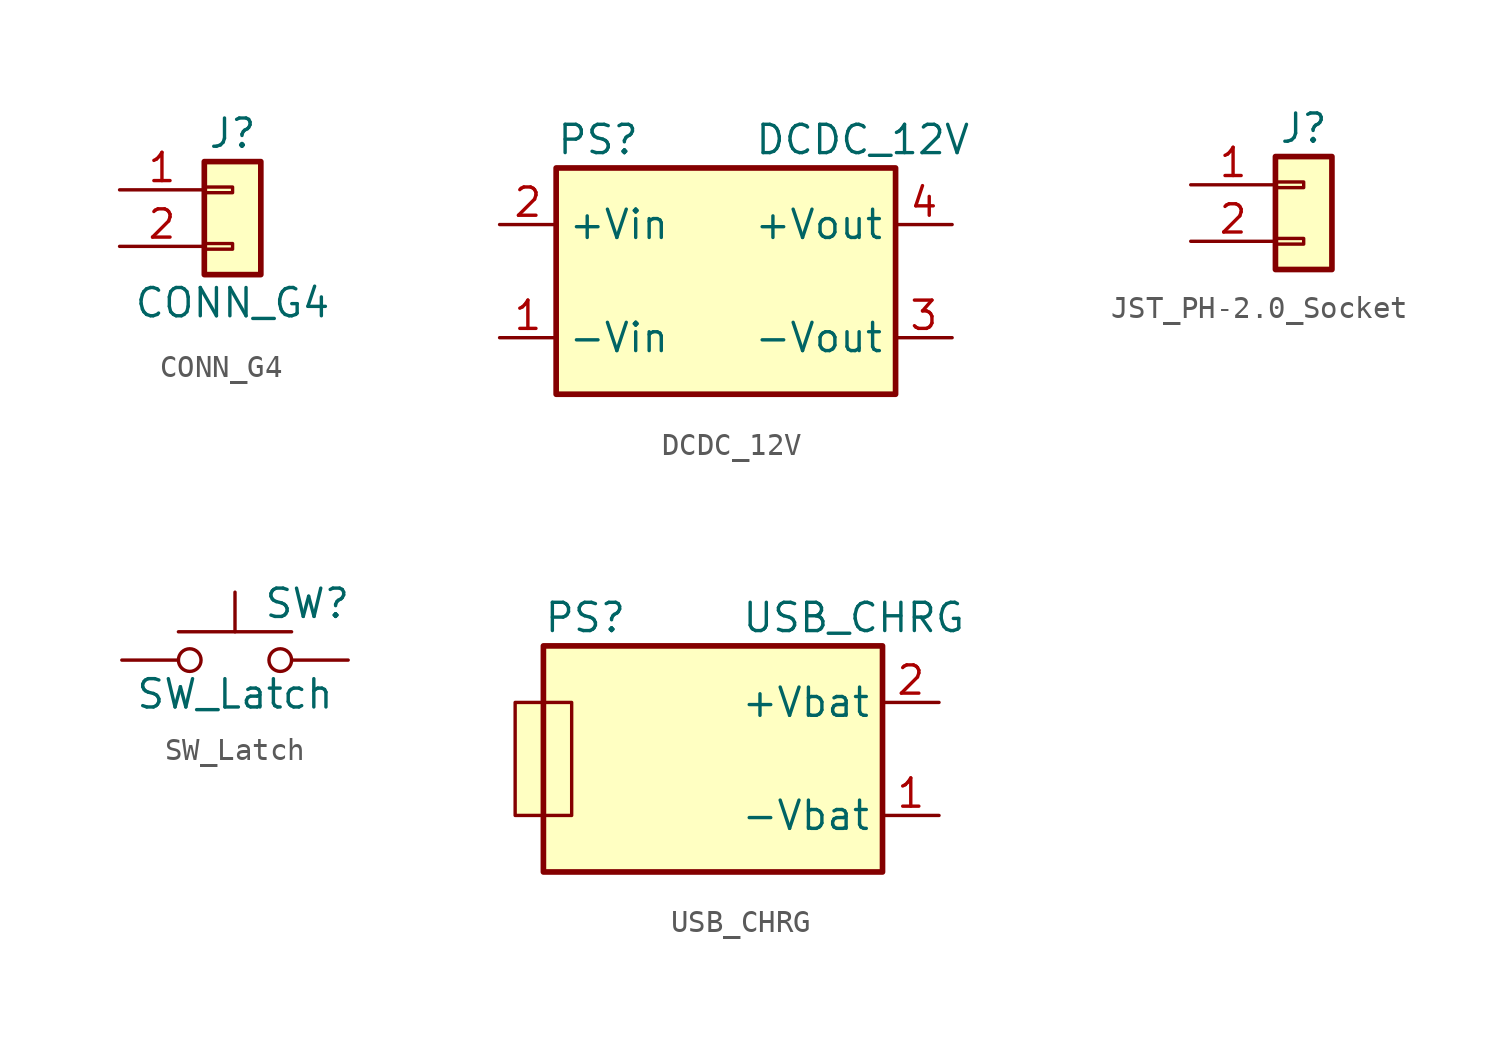
<source format=kicad_sym>
(kicad_symbol_lib
  (version 20241209)
  (generator "kicad_symbol_editor")
  (generator_version "9.0")
  (symbol "CONN_G4"
    (pin_names
      (offset 1.016)
      (hide yes))
    (property "Reference" "J"
      (at 0 2.54 0)
      (effects (font (size 1.27 1.27))))
    (property "Value" "CONN_G4"
      (at 0 -5.08 0)
      (effects (font (size 1.27 1.27))))
    (symbol "CONN_G4_1_1"
      (rectangle (start -1.27 1.27) (end 1.27 -3.81) (stroke (width 0.254) (type default)) (fill (type background)))
      (rectangle (start -1.27 0.127) (end 0 -0.127) (stroke (width 0.152) (type default)) (fill (type none)))
      (rectangle (start -1.27 -2.413) (end 0 -2.667) (stroke (width 0.152) (type default)) (fill (type none)))
      (pin power_in line (at -5.08 0 0) (length 3.81) (name "Pin_1" (effects (font (size 1.27 1.27)))) (number "1" (effects (font (size 1.27 1.27)))))
      (pin power_in line (at -5.08 -2.54 0) (length 3.81) (name "Pin_2" (effects (font (size 1.27 1.27)))) (number "2" (effects (font (size 1.27 1.27)))))))
  (symbol "DCDC_12V"
    (property "Reference" "PS"
      (at -7.62 6.35 0)
      (effects (font (size 1.27 1.27)) (justify left)))
    (property "Value" "DCDC_12V"
      (at 1.27 6.35 0)
      (effects (font (size 1.27 1.27)) (justify left)))
    (symbol "DCDC_12V_0_0"
      (pin power_in line (at -10.16 2.54 0) (length 2.54) (name "+Vin" (effects (font (size 1.27 1.27)))) (number "2" (effects (font (size 1.27 1.27)))))
      (pin power_in line (at -10.16 -2.54 0) (length 2.54) (name "-Vin" (effects (font (size 1.27 1.27)))) (number "1" (effects (font (size 1.27 1.27)))))
      (pin power_out line (at 10.16 2.54 180) (length 2.54) (name "+Vout" (effects (font (size 1.27 1.27)))) (number "4" (effects (font (size 1.27 1.27)))))
      (pin power_out line (at 10.16 -2.54 180) (length 2.54) (name "-Vout" (effects (font (size 1.27 1.27)))) (number "3" (effects (font (size 1.27 1.27))))))
    (symbol "DCDC_12V_1_1"
      (rectangle (start -7.62 5.08) (end 7.62 -5.08) (stroke (width 0.254) (type solid)) (fill (type background)))))
  (symbol "JST_PH-2.0_Socket"
    (pin_names
      (offset 1.016)
      (hide yes))
    (property "Reference" "J"
      (at 0 2.54 0)
      (effects (font (size 1.27 1.27))))
    (symbol "JST_PH-2.0_Socket_1_1"
      (rectangle (start -1.27 1.27) (end 1.27 -3.81) (stroke (width 0.254) (type default)) (fill (type background)))
      (rectangle (start -1.27 0.127) (end 0 -0.127) (stroke (width 0.152) (type default)) (fill (type none)))
      (rectangle (start -1.27 -2.413) (end 0 -2.667) (stroke (width 0.152) (type default)) (fill (type none)))
      (pin power_in line (at -5.08 0 0) (length 3.81) (name "Pin_1" (effects (font (size 1.27 1.27)))) (number "1" (effects (font (size 1.27 1.27)))))
      (pin power_in line (at -5.08 -2.54 0) (length 3.81) (name "Pin_2" (effects (font (size 1.27 1.27)))) (number "2" (effects (font (size 1.27 1.27)))))))
  (symbol "SW_Latch"
    (pin_numbers
      (hide yes))
    (pin_names
      (offset 1.016)
      (hide yes))
    (property "Reference" "SW"
      (at 1.27 2.54 0)
      (effects (font (size 1.27 1.27)) (justify left)))
    (property "Value" "SW_Latch"
      (at 0 -1.524 0)
      (effects (font (size 1.27 1.27))))
    (symbol "SW_Latch_0_1"
      (circle (center -2.032 0) (radius 0.508) (stroke (width 0) (type default)) (fill (type none)))
      (polyline (pts (xy 0 1.27) (xy 0 3.048)) (stroke (width 0) (type default)) (fill (type none)))
      (circle (center 2.032 0) (radius 0.508) (stroke (width 0) (type default)) (fill (type none)))
      (polyline (pts (xy 2.54 1.27) (xy -2.54 1.27)) (stroke (width 0) (type default)) (fill (type none)))
      (pin passive line (at -5.08 0 0) (length 2.54) (name "1" (effects (font (size 1.27 1.27)))) (number "1" (effects (font (size 1.27 1.27)))))
      (pin passive line (at 5.08 0 180) (length 2.54) (name "2" (effects (font (size 1.27 1.27)))) (number "2" (effects (font (size 1.27 1.27)))))))
  (symbol "USB_CHRG"
    (property "Reference" "PS"
      (at -7.62 6.35 0)
      (effects (font (size 1.27 1.27)) (justify left)))
    (property "Value" "USB_CHRG"
      (at 1.27 6.35 0)
      (effects (font (size 1.27 1.27)) (justify left)))
    (symbol "USB_CHRG_0_1"
      (rectangle (start -7.62 5.08) (end 7.62 -5.08) (stroke (width 0.254) (type default)) (fill (type background))))
    (symbol "USB_CHRG_1_0"
      (pin power_out line (at 10.16 2.54 180) (length 2.54) (name "+Vbat" (effects (font (size 1.27 1.27)))) (number "2" (effects (font (size 1.27 1.27)))))
      (pin power_out line (at 10.16 -2.54 180) (length 2.54) (name "-Vbat" (effects (font (size 1.27 1.27)))) (number "1" (effects (font (size 1.27 1.27))))))
    (symbol "USB_CHRG_1_1"
      (rectangle (start -8.89 2.54) (end -6.35 -2.54) (stroke (width 0) (type solid)) (fill (type background))))))
</source>
